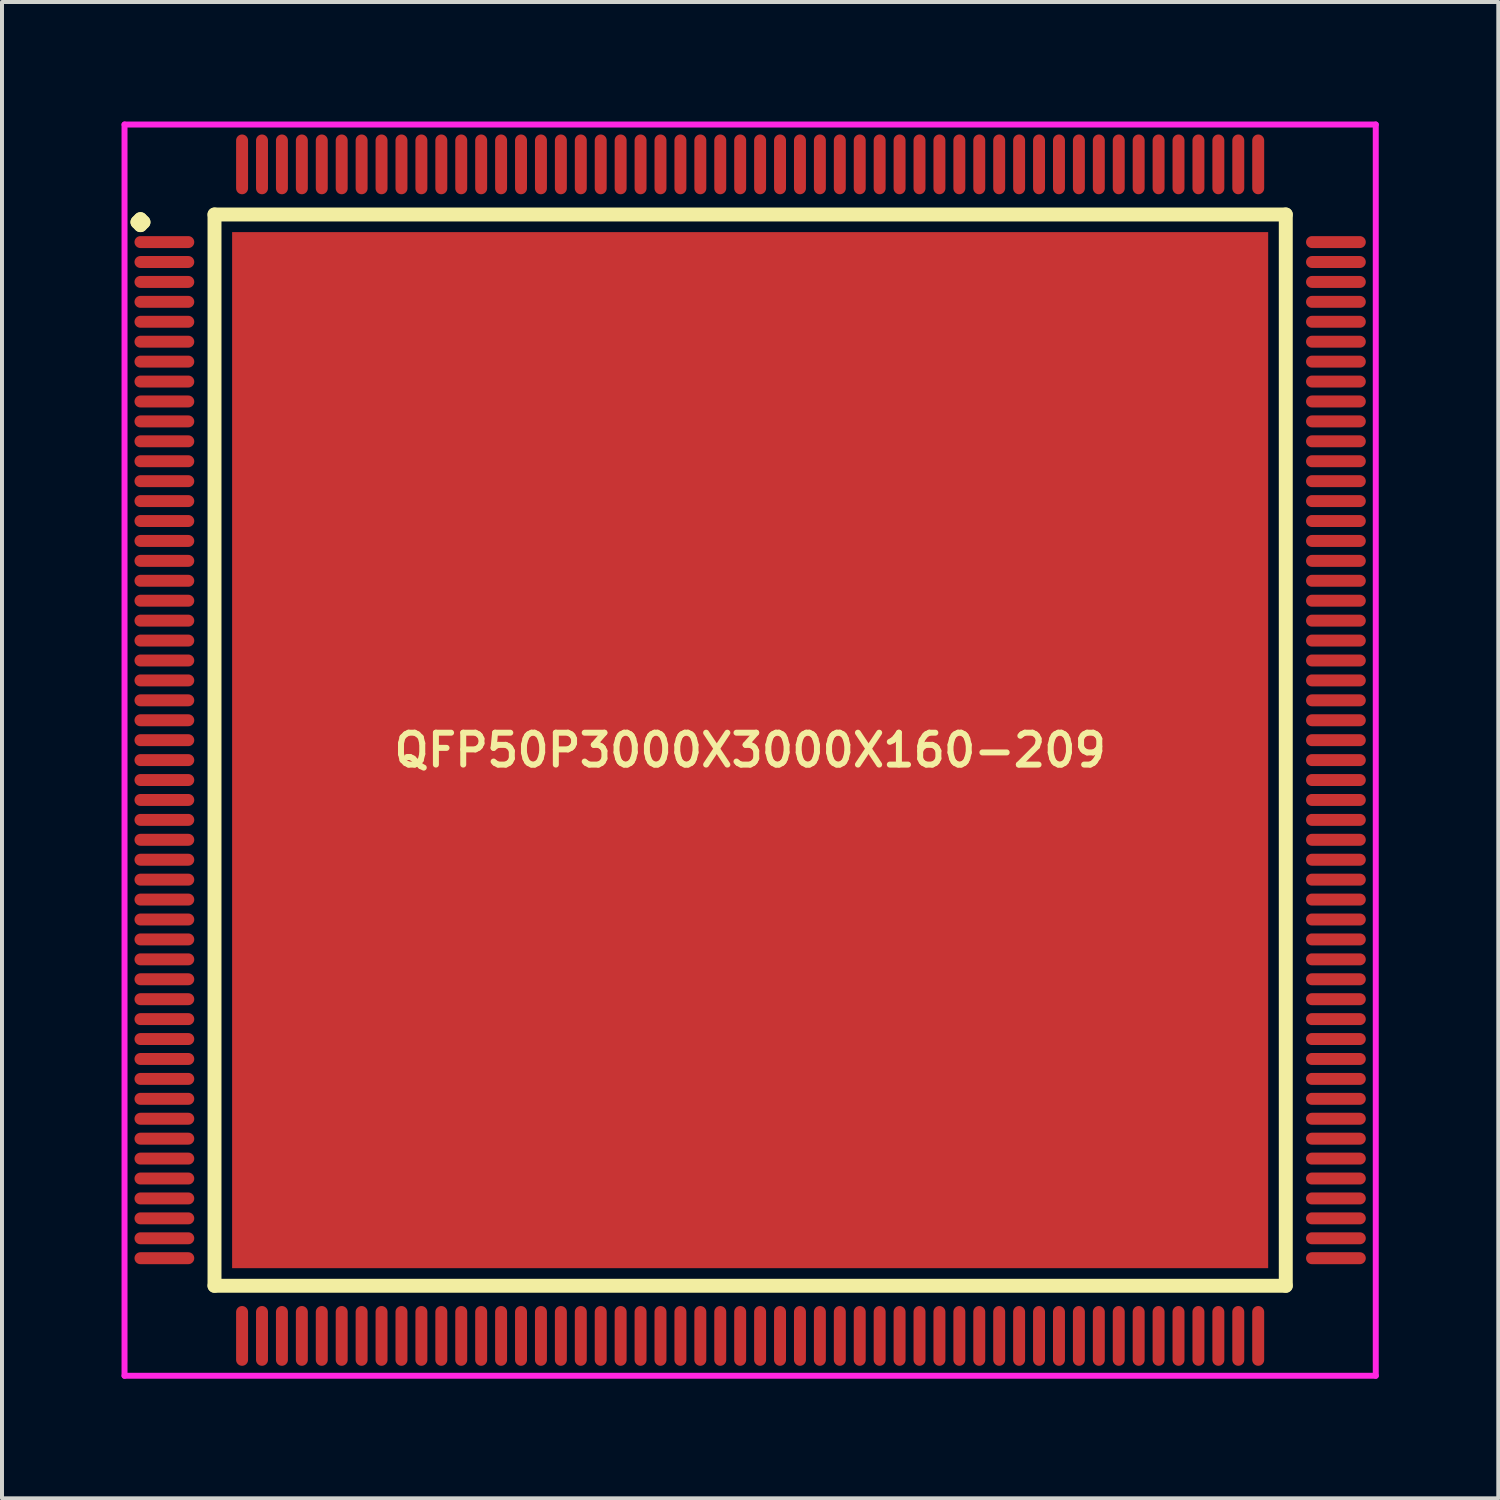
<source format=kicad_pcb>
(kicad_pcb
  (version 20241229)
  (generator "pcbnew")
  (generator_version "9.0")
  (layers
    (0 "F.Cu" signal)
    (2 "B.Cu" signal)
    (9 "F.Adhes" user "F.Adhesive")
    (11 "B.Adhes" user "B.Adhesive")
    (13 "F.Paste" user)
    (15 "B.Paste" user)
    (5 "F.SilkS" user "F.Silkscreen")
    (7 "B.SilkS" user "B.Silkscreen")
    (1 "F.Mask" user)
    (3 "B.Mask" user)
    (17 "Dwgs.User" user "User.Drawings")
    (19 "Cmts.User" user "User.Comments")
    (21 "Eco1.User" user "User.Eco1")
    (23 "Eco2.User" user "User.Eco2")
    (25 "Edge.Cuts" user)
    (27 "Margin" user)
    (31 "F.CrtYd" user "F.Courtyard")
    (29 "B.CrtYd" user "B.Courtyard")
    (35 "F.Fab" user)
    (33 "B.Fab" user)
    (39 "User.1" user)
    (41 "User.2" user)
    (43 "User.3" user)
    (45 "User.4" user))
  (footprint "QFP50P3000X3000X160-209"
    (layer "F.Cu")
    (at 15.775 15.775)
    (property "Reference" "QFP50P3000X3000X160-209" (at 0 0 0) (layer "F.SilkS") (effects (font (size 0.8 0.8) (thickness 0.15))))
    (attr through_hole)
    (fp_line (start -15.375 -13.25) (end -15.3 -13.325) (stroke (width 0.35) (type solid)) (layer "F.SilkS"))
    (fp_line (start -15.3 -13.325) (end -15.225 -13.25) (stroke (width 0.35) (type solid)) (layer "F.SilkS"))
    (fp_line (start -15.3 -13.175) (end -15.375 -13.25) (stroke (width 0.35) (type solid)) (layer "F.SilkS"))
    (fp_line (start -15.225 -13.25) (end -15.3 -13.175) (stroke (width 0.35) (type solid)) (layer "F.SilkS"))
    (fp_line (start -13.442 -13.442) (end -13.442 13.442) (stroke (width 0.35) (type solid)) (layer "F.SilkS"))
    (fp_line (start -13.442 13.442) (end 13.442 13.442) (stroke (width 0.35) (type solid)) (layer "F.SilkS"))
    (fp_line (start 13.442 -13.442) (end -13.442 -13.442) (stroke (width 0.35) (type solid)) (layer "F.SilkS"))
    (fp_line (start 13.442 13.442) (end 13.442 -13.442) (stroke (width 0.35) (type solid)) (layer "F.SilkS"))
    (fp_line (start -15.7 -15.7) (end 15.7 -15.7) (stroke (width 0.15) (type solid)) (layer "F.CrtYd"))
    (fp_line (start -15.7 15.7) (end -15.7 -15.7) (stroke (width 0.15) (type solid)) (layer "F.CrtYd"))
    (fp_line (start 15.7 -15.7) (end 15.7 15.7) (stroke (width 0.15) (type solid)) (layer "F.CrtYd"))
    (fp_line (start 15.7 15.7) (end -15.7 15.7) (stroke (width 0.15) (type solid)) (layer "F.CrtYd"))
    (pad "1" smd oval (at -14.7 -12.75) (size 1.5 0.3) (layers "F.Cu" "F.Mask" "F.Paste"))
    (pad "2" smd oval (at -14.7 -12.25) (size 1.5 0.3) (layers "F.Cu" "F.Mask" "F.Paste"))
    (pad "3" smd oval (at -14.7 -11.75) (size 1.5 0.3) (layers "F.Cu" "F.Mask" "F.Paste"))
    (pad "4" smd oval (at -14.7 -11.25) (size 1.5 0.3) (layers "F.Cu" "F.Mask" "F.Paste"))
    (pad "5" smd oval (at -14.7 -10.75) (size 1.5 0.3) (layers "F.Cu" "F.Mask" "F.Paste"))
    (pad "6" smd oval (at -14.7 -10.25) (size 1.5 0.3) (layers "F.Cu" "F.Mask" "F.Paste"))
    (pad "7" smd oval (at -14.7 -9.75) (size 1.5 0.3) (layers "F.Cu" "F.Mask" "F.Paste"))
    (pad "8" smd oval (at -14.7 -9.25) (size 1.5 0.3) (layers "F.Cu" "F.Mask" "F.Paste"))
    (pad "9" smd oval (at -14.7 -8.75) (size 1.5 0.3) (layers "F.Cu" "F.Mask" "F.Paste"))
    (pad "10" smd oval (at -14.7 -8.25) (size 1.5 0.3) (layers "F.Cu" "F.Mask" "F.Paste"))
    (pad "11" smd oval (at -14.7 -7.75) (size 1.5 0.3) (layers "F.Cu" "F.Mask" "F.Paste"))
    (pad "12" smd oval (at -14.7 -7.25) (size 1.5 0.3) (layers "F.Cu" "F.Mask" "F.Paste"))
    (pad "13" smd oval (at -14.7 -6.75) (size 1.5 0.3) (layers "F.Cu" "F.Mask" "F.Paste"))
    (pad "14" smd oval (at -14.7 -6.25) (size 1.5 0.3) (layers "F.Cu" "F.Mask" "F.Paste"))
    (pad "15" smd oval (at -14.7 -5.75) (size 1.5 0.3) (layers "F.Cu" "F.Mask" "F.Paste"))
    (pad "16" smd oval (at -14.7 -5.25) (size 1.5 0.3) (layers "F.Cu" "F.Mask" "F.Paste"))
    (pad "17" smd oval (at -14.7 -4.75) (size 1.5 0.3) (layers "F.Cu" "F.Mask" "F.Paste"))
    (pad "18" smd oval (at -14.7 -4.25) (size 1.5 0.3) (layers "F.Cu" "F.Mask" "F.Paste"))
    (pad "19" smd oval (at -14.7 -3.75) (size 1.5 0.3) (layers "F.Cu" "F.Mask" "F.Paste"))
    (pad "20" smd oval (at -14.7 -3.25) (size 1.5 0.3) (layers "F.Cu" "F.Mask" "F.Paste"))
    (pad "21" smd oval (at -14.7 -2.75) (size 1.5 0.3) (layers "F.Cu" "F.Mask" "F.Paste"))
    (pad "22" smd oval (at -14.7 -2.25) (size 1.5 0.3) (layers "F.Cu" "F.Mask" "F.Paste"))
    (pad "23" smd oval (at -14.7 -1.75) (size 1.5 0.3) (layers "F.Cu" "F.Mask" "F.Paste"))
    (pad "24" smd oval (at -14.7 -1.25) (size 1.5 0.3) (layers "F.Cu" "F.Mask" "F.Paste"))
    (pad "25" smd oval (at -14.7 -0.75) (size 1.5 0.3) (layers "F.Cu" "F.Mask" "F.Paste"))
    (pad "26" smd oval (at -14.7 -0.25) (size 1.5 0.3) (layers "F.Cu" "F.Mask" "F.Paste"))
    (pad "27" smd oval (at -14.7 0.25) (size 1.5 0.3) (layers "F.Cu" "F.Mask" "F.Paste"))
    (pad "28" smd oval (at -14.7 0.75) (size 1.5 0.3) (layers "F.Cu" "F.Mask" "F.Paste"))
    (pad "29" smd oval (at -14.7 1.25) (size 1.5 0.3) (layers "F.Cu" "F.Mask" "F.Paste"))
    (pad "30" smd oval (at -14.7 1.75) (size 1.5 0.3) (layers "F.Cu" "F.Mask" "F.Paste"))
    (pad "31" smd oval (at -14.7 2.25) (size 1.5 0.3) (layers "F.Cu" "F.Mask" "F.Paste"))
    (pad "32" smd oval (at -14.7 2.75) (size 1.5 0.3) (layers "F.Cu" "F.Mask" "F.Paste"))
    (pad "33" smd oval (at -14.7 3.25) (size 1.5 0.3) (layers "F.Cu" "F.Mask" "F.Paste"))
    (pad "34" smd oval (at -14.7 3.75) (size 1.5 0.3) (layers "F.Cu" "F.Mask" "F.Paste"))
    (pad "35" smd oval (at -14.7 4.25) (size 1.5 0.3) (layers "F.Cu" "F.Mask" "F.Paste"))
    (pad "36" smd oval (at -14.7 4.75) (size 1.5 0.3) (layers "F.Cu" "F.Mask" "F.Paste"))
    (pad "37" smd oval (at -14.7 5.25) (size 1.5 0.3) (layers "F.Cu" "F.Mask" "F.Paste"))
    (pad "38" smd oval (at -14.7 5.75) (size 1.5 0.3) (layers "F.Cu" "F.Mask" "F.Paste"))
    (pad "39" smd oval (at -14.7 6.25) (size 1.5 0.3) (layers "F.Cu" "F.Mask" "F.Paste"))
    (pad "40" smd oval (at -14.7 6.75) (size 1.5 0.3) (layers "F.Cu" "F.Mask" "F.Paste"))
    (pad "41" smd oval (at -14.7 7.25) (size 1.5 0.3) (layers "F.Cu" "F.Mask" "F.Paste"))
    (pad "42" smd oval (at -14.7 7.75) (size 1.5 0.3) (layers "F.Cu" "F.Mask" "F.Paste"))
    (pad "43" smd oval (at -14.7 8.25) (size 1.5 0.3) (layers "F.Cu" "F.Mask" "F.Paste"))
    (pad "44" smd oval (at -14.7 8.75) (size 1.5 0.3) (layers "F.Cu" "F.Mask" "F.Paste"))
    (pad "45" smd oval (at -14.7 9.25) (size 1.5 0.3) (layers "F.Cu" "F.Mask" "F.Paste"))
    (pad "46" smd oval (at -14.7 9.75) (size 1.5 0.3) (layers "F.Cu" "F.Mask" "F.Paste"))
    (pad "47" smd oval (at -14.7 10.25) (size 1.5 0.3) (layers "F.Cu" "F.Mask" "F.Paste"))
    (pad "48" smd oval (at -14.7 10.75) (size 1.5 0.3) (layers "F.Cu" "F.Mask" "F.Paste"))
    (pad "49" smd oval (at -14.7 11.25) (size 1.5 0.3) (layers "F.Cu" "F.Mask" "F.Paste"))
    (pad "50" smd oval (at -14.7 11.75) (size 1.5 0.3) (layers "F.Cu" "F.Mask" "F.Paste"))
    (pad "51" smd oval (at -14.7 12.25) (size 1.5 0.3) (layers "F.Cu" "F.Mask" "F.Paste"))
    (pad "52" smd oval (at -14.7 12.75) (size 1.5 0.3) (layers "F.Cu" "F.Mask" "F.Paste"))
    (pad "53" smd oval (at -12.75 14.7) (size 0.3 1.5) (layers "F.Cu" "F.Mask" "F.Paste"))
    (pad "54" smd oval (at -12.25 14.7) (size 0.3 1.5) (layers "F.Cu" "F.Mask" "F.Paste"))
    (pad "55" smd oval (at -11.75 14.7) (size 0.3 1.5) (layers "F.Cu" "F.Mask" "F.Paste"))
    (pad "56" smd oval (at -11.25 14.7) (size 0.3 1.5) (layers "F.Cu" "F.Mask" "F.Paste"))
    (pad "57" smd oval (at -10.75 14.7) (size 0.3 1.5) (layers "F.Cu" "F.Mask" "F.Paste"))
    (pad "58" smd oval (at -10.25 14.7) (size 0.3 1.5) (layers "F.Cu" "F.Mask" "F.Paste"))
    (pad "59" smd oval (at -9.75 14.7) (size 0.3 1.5) (layers "F.Cu" "F.Mask" "F.Paste"))
    (pad "60" smd oval (at -9.25 14.7) (size 0.3 1.5) (layers "F.Cu" "F.Mask" "F.Paste"))
    (pad "61" smd oval (at -8.75 14.7) (size 0.3 1.5) (layers "F.Cu" "F.Mask" "F.Paste"))
    (pad "62" smd oval (at -8.25 14.7) (size 0.3 1.5) (layers "F.Cu" "F.Mask" "F.Paste"))
    (pad "63" smd oval (at -7.75 14.7) (size 0.3 1.5) (layers "F.Cu" "F.Mask" "F.Paste"))
    (pad "64" smd oval (at -7.25 14.7) (size 0.3 1.5) (layers "F.Cu" "F.Mask" "F.Paste"))
    (pad "65" smd oval (at -6.75 14.7) (size 0.3 1.5) (layers "F.Cu" "F.Mask" "F.Paste"))
    (pad "66" smd oval (at -6.25 14.7) (size 0.3 1.5) (layers "F.Cu" "F.Mask" "F.Paste"))
    (pad "67" smd oval (at -5.75 14.7) (size 0.3 1.5) (layers "F.Cu" "F.Mask" "F.Paste"))
    (pad "68" smd oval (at -5.25 14.7) (size 0.3 1.5) (layers "F.Cu" "F.Mask" "F.Paste"))
    (pad "69" smd oval (at -4.75 14.7) (size 0.3 1.5) (layers "F.Cu" "F.Mask" "F.Paste"))
    (pad "70" smd oval (at -4.25 14.7) (size 0.3 1.5) (layers "F.Cu" "F.Mask" "F.Paste"))
    (pad "71" smd oval (at -3.75 14.7) (size 0.3 1.5) (layers "F.Cu" "F.Mask" "F.Paste"))
    (pad "72" smd oval (at -3.25 14.7) (size 0.3 1.5) (layers "F.Cu" "F.Mask" "F.Paste"))
    (pad "73" smd oval (at -2.75 14.7) (size 0.3 1.5) (layers "F.Cu" "F.Mask" "F.Paste"))
    (pad "74" smd oval (at -2.25 14.7) (size 0.3 1.5) (layers "F.Cu" "F.Mask" "F.Paste"))
    (pad "75" smd oval (at -1.75 14.7) (size 0.3 1.5) (layers "F.Cu" "F.Mask" "F.Paste"))
    (pad "76" smd oval (at -1.25 14.7) (size 0.3 1.5) (layers "F.Cu" "F.Mask" "F.Paste"))
    (pad "77" smd oval (at -0.75 14.7) (size 0.3 1.5) (layers "F.Cu" "F.Mask" "F.Paste"))
    (pad "78" smd oval (at -0.25 14.7) (size 0.3 1.5) (layers "F.Cu" "F.Mask" "F.Paste"))
    (pad "79" smd oval (at 0.25 14.7) (size 0.3 1.5) (layers "F.Cu" "F.Mask" "F.Paste"))
    (pad "80" smd oval (at 0.75 14.7) (size 0.3 1.5) (layers "F.Cu" "F.Mask" "F.Paste"))
    (pad "81" smd oval (at 1.25 14.7) (size 0.3 1.5) (layers "F.Cu" "F.Mask" "F.Paste"))
    (pad "82" smd oval (at 1.75 14.7) (size 0.3 1.5) (layers "F.Cu" "F.Mask" "F.Paste"))
    (pad "83" smd oval (at 2.25 14.7) (size 0.3 1.5) (layers "F.Cu" "F.Mask" "F.Paste"))
    (pad "84" smd oval (at 2.75 14.7) (size 0.3 1.5) (layers "F.Cu" "F.Mask" "F.Paste"))
    (pad "85" smd oval (at 3.25 14.7) (size 0.3 1.5) (layers "F.Cu" "F.Mask" "F.Paste"))
    (pad "86" smd oval (at 3.75 14.7) (size 0.3 1.5) (layers "F.Cu" "F.Mask" "F.Paste"))
    (pad "87" smd oval (at 4.25 14.7) (size 0.3 1.5) (layers "F.Cu" "F.Mask" "F.Paste"))
    (pad "88" smd oval (at 4.75 14.7) (size 0.3 1.5) (layers "F.Cu" "F.Mask" "F.Paste"))
    (pad "89" smd oval (at 5.25 14.7) (size 0.3 1.5) (layers "F.Cu" "F.Mask" "F.Paste"))
    (pad "90" smd oval (at 5.75 14.7) (size 0.3 1.5) (layers "F.Cu" "F.Mask" "F.Paste"))
    (pad "91" smd oval (at 6.25 14.7) (size 0.3 1.5) (layers "F.Cu" "F.Mask" "F.Paste"))
    (pad "92" smd oval (at 6.75 14.7) (size 0.3 1.5) (layers "F.Cu" "F.Mask" "F.Paste"))
    (pad "93" smd oval (at 7.25 14.7) (size 0.3 1.5) (layers "F.Cu" "F.Mask" "F.Paste"))
    (pad "94" smd oval (at 7.75 14.7) (size 0.3 1.5) (layers "F.Cu" "F.Mask" "F.Paste"))
    (pad "95" smd oval (at 8.25 14.7) (size 0.3 1.5) (layers "F.Cu" "F.Mask" "F.Paste"))
    (pad "96" smd oval (at 8.75 14.7) (size 0.3 1.5) (layers "F.Cu" "F.Mask" "F.Paste"))
    (pad "97" smd oval (at 9.25 14.7) (size 0.3 1.5) (layers "F.Cu" "F.Mask" "F.Paste"))
    (pad "98" smd oval (at 9.75 14.7) (size 0.3 1.5) (layers "F.Cu" "F.Mask" "F.Paste"))
    (pad "99" smd oval (at 10.25 14.7) (size 0.3 1.5) (layers "F.Cu" "F.Mask" "F.Paste"))
    (pad "100" smd oval (at 10.75 14.7) (size 0.3 1.5) (layers "F.Cu" "F.Mask" "F.Paste"))
    (pad "101" smd oval (at 11.25 14.7) (size 0.3 1.5) (layers "F.Cu" "F.Mask" "F.Paste"))
    (pad "102" smd oval (at 11.75 14.7) (size 0.3 1.5) (layers "F.Cu" "F.Mask" "F.Paste"))
    (pad "103" smd oval (at 12.25 14.7) (size 0.3 1.5) (layers "F.Cu" "F.Mask" "F.Paste"))
    (pad "104" smd oval (at 12.75 14.7) (size 0.3 1.5) (layers "F.Cu" "F.Mask" "F.Paste"))
    (pad "105" smd oval (at 14.7 12.75) (size 1.5 0.3) (layers "F.Cu" "F.Mask" "F.Paste"))
    (pad "106" smd oval (at 14.7 12.25) (size 1.5 0.3) (layers "F.Cu" "F.Mask" "F.Paste"))
    (pad "107" smd oval (at 14.7 11.75) (size 1.5 0.3) (layers "F.Cu" "F.Mask" "F.Paste"))
    (pad "108" smd oval (at 14.7 11.25) (size 1.5 0.3) (layers "F.Cu" "F.Mask" "F.Paste"))
    (pad "109" smd oval (at 14.7 10.75) (size 1.5 0.3) (layers "F.Cu" "F.Mask" "F.Paste"))
    (pad "110" smd oval (at 14.7 10.25) (size 1.5 0.3) (layers "F.Cu" "F.Mask" "F.Paste"))
    (pad "111" smd oval (at 14.7 9.75) (size 1.5 0.3) (layers "F.Cu" "F.Mask" "F.Paste"))
    (pad "112" smd oval (at 14.7 9.25) (size 1.5 0.3) (layers "F.Cu" "F.Mask" "F.Paste"))
    (pad "113" smd oval (at 14.7 8.75) (size 1.5 0.3) (layers "F.Cu" "F.Mask" "F.Paste"))
    (pad "114" smd oval (at 14.7 8.25) (size 1.5 0.3) (layers "F.Cu" "F.Mask" "F.Paste"))
    (pad "115" smd oval (at 14.7 7.75) (size 1.5 0.3) (layers "F.Cu" "F.Mask" "F.Paste"))
    (pad "116" smd oval (at 14.7 7.25) (size 1.5 0.3) (layers "F.Cu" "F.Mask" "F.Paste"))
    (pad "117" smd oval (at 14.7 6.75) (size 1.5 0.3) (layers "F.Cu" "F.Mask" "F.Paste"))
    (pad "118" smd oval (at 14.7 6.25) (size 1.5 0.3) (layers "F.Cu" "F.Mask" "F.Paste"))
    (pad "119" smd oval (at 14.7 5.75) (size 1.5 0.3) (layers "F.Cu" "F.Mask" "F.Paste"))
    (pad "120" smd oval (at 14.7 5.25) (size 1.5 0.3) (layers "F.Cu" "F.Mask" "F.Paste"))
    (pad "121" smd oval (at 14.7 4.75) (size 1.5 0.3) (layers "F.Cu" "F.Mask" "F.Paste"))
    (pad "122" smd oval (at 14.7 4.25) (size 1.5 0.3) (layers "F.Cu" "F.Mask" "F.Paste"))
    (pad "123" smd oval (at 14.7 3.75) (size 1.5 0.3) (layers "F.Cu" "F.Mask" "F.Paste"))
    (pad "124" smd oval (at 14.7 3.25) (size 1.5 0.3) (layers "F.Cu" "F.Mask" "F.Paste"))
    (pad "125" smd oval (at 14.7 2.75) (size 1.5 0.3) (layers "F.Cu" "F.Mask" "F.Paste"))
    (pad "126" smd oval (at 14.7 2.25) (size 1.5 0.3) (layers "F.Cu" "F.Mask" "F.Paste"))
    (pad "127" smd oval (at 14.7 1.75) (size 1.5 0.3) (layers "F.Cu" "F.Mask" "F.Paste"))
    (pad "128" smd oval (at 14.7 1.25) (size 1.5 0.3) (layers "F.Cu" "F.Mask" "F.Paste"))
    (pad "129" smd oval (at 14.7 0.75) (size 1.5 0.3) (layers "F.Cu" "F.Mask" "F.Paste"))
    (pad "130" smd oval (at 14.7 0.25) (size 1.5 0.3) (layers "F.Cu" "F.Mask" "F.Paste"))
    (pad "131" smd oval (at 14.7 -0.25) (size 1.5 0.3) (layers "F.Cu" "F.Mask" "F.Paste"))
    (pad "132" smd oval (at 14.7 -0.75) (size 1.5 0.3) (layers "F.Cu" "F.Mask" "F.Paste"))
    (pad "133" smd oval (at 14.7 -1.25) (size 1.5 0.3) (layers "F.Cu" "F.Mask" "F.Paste"))
    (pad "134" smd oval (at 14.7 -1.75) (size 1.5 0.3) (layers "F.Cu" "F.Mask" "F.Paste"))
    (pad "135" smd oval (at 14.7 -2.25) (size 1.5 0.3) (layers "F.Cu" "F.Mask" "F.Paste"))
    (pad "136" smd oval (at 14.7 -2.75) (size 1.5 0.3) (layers "F.Cu" "F.Mask" "F.Paste"))
    (pad "137" smd oval (at 14.7 -3.25) (size 1.5 0.3) (layers "F.Cu" "F.Mask" "F.Paste"))
    (pad "138" smd oval (at 14.7 -3.75) (size 1.5 0.3) (layers "F.Cu" "F.Mask" "F.Paste"))
    (pad "139" smd oval (at 14.7 -4.25) (size 1.5 0.3) (layers "F.Cu" "F.Mask" "F.Paste"))
    (pad "140" smd oval (at 14.7 -4.75) (size 1.5 0.3) (layers "F.Cu" "F.Mask" "F.Paste"))
    (pad "141" smd oval (at 14.7 -5.25) (size 1.5 0.3) (layers "F.Cu" "F.Mask" "F.Paste"))
    (pad "142" smd oval (at 14.7 -5.75) (size 1.5 0.3) (layers "F.Cu" "F.Mask" "F.Paste"))
    (pad "143" smd oval (at 14.7 -6.25) (size 1.5 0.3) (layers "F.Cu" "F.Mask" "F.Paste"))
    (pad "144" smd oval (at 14.7 -6.75) (size 1.5 0.3) (layers "F.Cu" "F.Mask" "F.Paste"))
    (pad "145" smd oval (at 14.7 -7.25) (size 1.5 0.3) (layers "F.Cu" "F.Mask" "F.Paste"))
    (pad "146" smd oval (at 14.7 -7.75) (size 1.5 0.3) (layers "F.Cu" "F.Mask" "F.Paste"))
    (pad "147" smd oval (at 14.7 -8.25) (size 1.5 0.3) (layers "F.Cu" "F.Mask" "F.Paste"))
    (pad "148" smd oval (at 14.7 -8.75) (size 1.5 0.3) (layers "F.Cu" "F.Mask" "F.Paste"))
    (pad "149" smd oval (at 14.7 -9.25) (size 1.5 0.3) (layers "F.Cu" "F.Mask" "F.Paste"))
    (pad "150" smd oval (at 14.7 -9.75) (size 1.5 0.3) (layers "F.Cu" "F.Mask" "F.Paste"))
    (pad "151" smd oval (at 14.7 -10.25) (size 1.5 0.3) (layers "F.Cu" "F.Mask" "F.Paste"))
    (pad "152" smd oval (at 14.7 -10.75) (size 1.5 0.3) (layers "F.Cu" "F.Mask" "F.Paste"))
    (pad "153" smd oval (at 14.7 -11.25) (size 1.5 0.3) (layers "F.Cu" "F.Mask" "F.Paste"))
    (pad "154" smd oval (at 14.7 -11.75) (size 1.5 0.3) (layers "F.Cu" "F.Mask" "F.Paste"))
    (pad "155" smd oval (at 14.7 -12.25) (size 1.5 0.3) (layers "F.Cu" "F.Mask" "F.Paste"))
    (pad "156" smd oval (at 14.7 -12.75) (size 1.5 0.3) (layers "F.Cu" "F.Mask" "F.Paste"))
    (pad "157" smd oval (at 12.75 -14.7) (size 0.3 1.5) (layers "F.Cu" "F.Mask" "F.Paste"))
    (pad "158" smd oval (at 12.25 -14.7) (size 0.3 1.5) (layers "F.Cu" "F.Mask" "F.Paste"))
    (pad "159" smd oval (at 11.75 -14.7) (size 0.3 1.5) (layers "F.Cu" "F.Mask" "F.Paste"))
    (pad "160" smd oval (at 11.25 -14.7) (size 0.3 1.5) (layers "F.Cu" "F.Mask" "F.Paste"))
    (pad "161" smd oval (at 10.75 -14.7) (size 0.3 1.5) (layers "F.Cu" "F.Mask" "F.Paste"))
    (pad "162" smd oval (at 10.25 -14.7) (size 0.3 1.5) (layers "F.Cu" "F.Mask" "F.Paste"))
    (pad "163" smd oval (at 9.75 -14.7) (size 0.3 1.5) (layers "F.Cu" "F.Mask" "F.Paste"))
    (pad "164" smd oval (at 9.25 -14.7) (size 0.3 1.5) (layers "F.Cu" "F.Mask" "F.Paste"))
    (pad "165" smd oval (at 8.75 -14.7) (size 0.3 1.5) (layers "F.Cu" "F.Mask" "F.Paste"))
    (pad "166" smd oval (at 8.25 -14.7) (size 0.3 1.5) (layers "F.Cu" "F.Mask" "F.Paste"))
    (pad "167" smd oval (at 7.75 -14.7) (size 0.3 1.5) (layers "F.Cu" "F.Mask" "F.Paste"))
    (pad "168" smd oval (at 7.25 -14.7) (size 0.3 1.5) (layers "F.Cu" "F.Mask" "F.Paste"))
    (pad "169" smd oval (at 6.75 -14.7) (size 0.3 1.5) (layers "F.Cu" "F.Mask" "F.Paste"))
    (pad "170" smd oval (at 6.25 -14.7) (size 0.3 1.5) (layers "F.Cu" "F.Mask" "F.Paste"))
    (pad "171" smd oval (at 5.75 -14.7) (size 0.3 1.5) (layers "F.Cu" "F.Mask" "F.Paste"))
    (pad "172" smd oval (at 5.25 -14.7) (size 0.3 1.5) (layers "F.Cu" "F.Mask" "F.Paste"))
    (pad "173" smd oval (at 4.75 -14.7) (size 0.3 1.5) (layers "F.Cu" "F.Mask" "F.Paste"))
    (pad "174" smd oval (at 4.25 -14.7) (size 0.3 1.5) (layers "F.Cu" "F.Mask" "F.Paste"))
    (pad "175" smd oval (at 3.75 -14.7) (size 0.3 1.5) (layers "F.Cu" "F.Mask" "F.Paste"))
    (pad "176" smd oval (at 3.25 -14.7) (size 0.3 1.5) (layers "F.Cu" "F.Mask" "F.Paste"))
    (pad "177" smd oval (at 2.75 -14.7) (size 0.3 1.5) (layers "F.Cu" "F.Mask" "F.Paste"))
    (pad "178" smd oval (at 2.25 -14.7) (size 0.3 1.5) (layers "F.Cu" "F.Mask" "F.Paste"))
    (pad "179" smd oval (at 1.75 -14.7) (size 0.3 1.5) (layers "F.Cu" "F.Mask" "F.Paste"))
    (pad "180" smd oval (at 1.25 -14.7) (size 0.3 1.5) (layers "F.Cu" "F.Mask" "F.Paste"))
    (pad "181" smd oval (at 0.75 -14.7) (size 0.3 1.5) (layers "F.Cu" "F.Mask" "F.Paste"))
    (pad "182" smd oval (at 0.25 -14.7) (size 0.3 1.5) (layers "F.Cu" "F.Mask" "F.Paste"))
    (pad "183" smd oval (at -0.25 -14.7) (size 0.3 1.5) (layers "F.Cu" "F.Mask" "F.Paste"))
    (pad "184" smd oval (at -0.75 -14.7) (size 0.3 1.5) (layers "F.Cu" "F.Mask" "F.Paste"))
    (pad "185" smd oval (at -1.25 -14.7) (size 0.3 1.5) (layers "F.Cu" "F.Mask" "F.Paste"))
    (pad "186" smd oval (at -1.75 -14.7) (size 0.3 1.5) (layers "F.Cu" "F.Mask" "F.Paste"))
    (pad "187" smd oval (at -2.25 -14.7) (size 0.3 1.5) (layers "F.Cu" "F.Mask" "F.Paste"))
    (pad "188" smd oval (at -2.75 -14.7) (size 0.3 1.5) (layers "F.Cu" "F.Mask" "F.Paste"))
    (pad "189" smd oval (at -3.25 -14.7) (size 0.3 1.5) (layers "F.Cu" "F.Mask" "F.Paste"))
    (pad "190" smd oval (at -3.75 -14.7) (size 0.3 1.5) (layers "F.Cu" "F.Mask" "F.Paste"))
    (pad "191" smd oval (at -4.25 -14.7) (size 0.3 1.5) (layers "F.Cu" "F.Mask" "F.Paste"))
    (pad "192" smd oval (at -4.75 -14.7) (size 0.3 1.5) (layers "F.Cu" "F.Mask" "F.Paste"))
    (pad "193" smd oval (at -5.25 -14.7) (size 0.3 1.5) (layers "F.Cu" "F.Mask" "F.Paste"))
    (pad "194" smd oval (at -5.75 -14.7) (size 0.3 1.5) (layers "F.Cu" "F.Mask" "F.Paste"))
    (pad "195" smd oval (at -6.25 -14.7) (size 0.3 1.5) (layers "F.Cu" "F.Mask" "F.Paste"))
    (pad "196" smd oval (at -6.75 -14.7) (size 0.3 1.5) (layers "F.Cu" "F.Mask" "F.Paste"))
    (pad "197" smd oval (at -7.25 -14.7) (size 0.3 1.5) (layers "F.Cu" "F.Mask" "F.Paste"))
    (pad "198" smd oval (at -7.75 -14.7) (size 0.3 1.5) (layers "F.Cu" "F.Mask" "F.Paste"))
    (pad "199" smd oval (at -8.25 -14.7) (size 0.3 1.5) (layers "F.Cu" "F.Mask" "F.Paste"))
    (pad "200" smd oval (at -8.75 -14.7) (size 0.3 1.5) (layers "F.Cu" "F.Mask" "F.Paste"))
    (pad "201" smd oval (at -9.25 -14.7) (size 0.3 1.5) (layers "F.Cu" "F.Mask" "F.Paste"))
    (pad "202" smd oval (at -9.75 -14.7) (size 0.3 1.5) (layers "F.Cu" "F.Mask" "F.Paste"))
    (pad "203" smd oval (at -10.25 -14.7) (size 0.3 1.5) (layers "F.Cu" "F.Mask" "F.Paste"))
    (pad "204" smd oval (at -10.75 -14.7) (size 0.3 1.5) (layers "F.Cu" "F.Mask" "F.Paste"))
    (pad "205" smd oval (at -11.25 -14.7) (size 0.3 1.5) (layers "F.Cu" "F.Mask" "F.Paste"))
    (pad "206" smd oval (at -11.75 -14.7) (size 0.3 1.5) (layers "F.Cu" "F.Mask" "F.Paste"))
    (pad "207" smd oval (at -12.25 -14.7) (size 0.3 1.5) (layers "F.Cu" "F.Mask" "F.Paste"))
    (pad "208" smd oval (at -12.75 -14.7) (size 0.3 1.5) (layers "F.Cu" "F.Mask" "F.Paste"))
    (pad "209" smd rect (at 0 0) (size 26 26) (layers "F.Cu" "F.Mask" "F.Paste")))
  (gr_rect
    (start -3 -3)
    (end 34.55 34.55)
    (stroke (width 0.1) (type default))
    (fill no)
    (layer "Edge.Cuts")))
</source>
